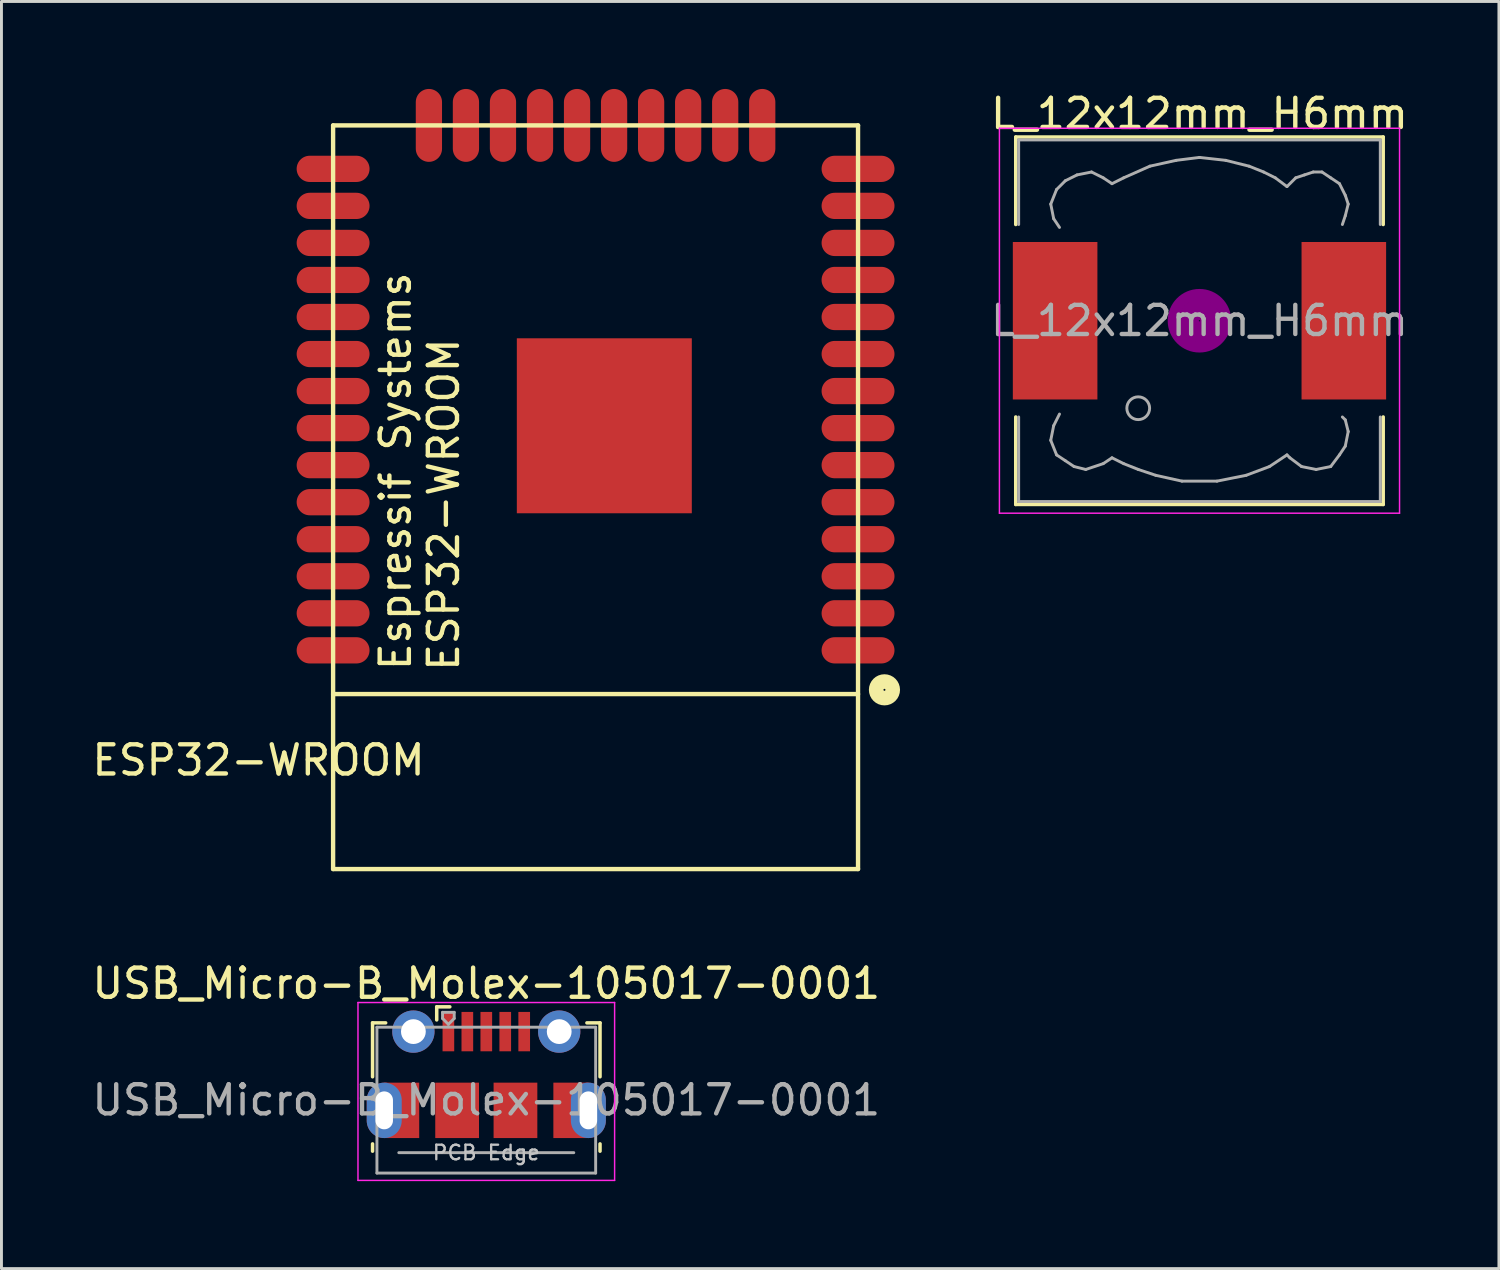
<source format=kicad_pcb>
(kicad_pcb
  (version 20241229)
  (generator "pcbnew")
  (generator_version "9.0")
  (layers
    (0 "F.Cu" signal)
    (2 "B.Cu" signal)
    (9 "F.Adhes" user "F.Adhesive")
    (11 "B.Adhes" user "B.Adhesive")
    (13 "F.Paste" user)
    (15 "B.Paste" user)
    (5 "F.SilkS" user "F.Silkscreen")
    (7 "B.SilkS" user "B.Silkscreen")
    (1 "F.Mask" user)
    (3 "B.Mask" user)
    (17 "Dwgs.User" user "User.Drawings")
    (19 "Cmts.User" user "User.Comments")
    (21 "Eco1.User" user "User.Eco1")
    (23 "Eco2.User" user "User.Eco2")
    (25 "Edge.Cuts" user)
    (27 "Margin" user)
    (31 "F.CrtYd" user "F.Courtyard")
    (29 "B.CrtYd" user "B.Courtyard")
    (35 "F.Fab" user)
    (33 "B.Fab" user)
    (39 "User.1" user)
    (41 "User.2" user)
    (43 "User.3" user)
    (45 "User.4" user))
  (footprint "L_12x12mm_H6mm"
    (layer "F.Cu")
    (at 38.08 7.948)
    (property "Reference" "L_12x12mm_H6mm" (at 0 -7.1 0) (layer "F.SilkS") (effects (font (size 1 1) (thickness 0.15))))
    (attr smd)
    (fp_line (start -6.3 -6.3) (end 6.3 -6.3) (stroke (width 0.12) (type solid)) (layer "F.SilkS"))
    (fp_line (start -6.3 -3.3) (end -6.3 -6.3) (stroke (width 0.12) (type solid)) (layer "F.SilkS"))
    (fp_line (start -6.3 6.3) (end -6.3 3.3) (stroke (width 0.12) (type solid)) (layer "F.SilkS"))
    (fp_line (start 6.3 -6.3) (end 6.3 -3.3) (stroke (width 0.12) (type solid)) (layer "F.SilkS"))
    (fp_line (start 6.3 3.3) (end 6.3 6.3) (stroke (width 0.12) (type solid)) (layer "F.SilkS"))
    (fp_line (start 6.3 6.3) (end -6.3 6.3) (stroke (width 0.12) (type solid)) (layer "F.SilkS"))
    (fp_circle (center 0 0) (end 0.15 0.15) (stroke (width 0.38) (type solid)) (fill no) (layer "F.Adhes"))
    (fp_circle (center 0 0) (end 0.55 0) (stroke (width 0.38) (type solid)) (fill no) (layer "F.Adhes"))
    (fp_circle (center 0 0) (end 0.9 0) (stroke (width 0.38) (type solid)) (fill no) (layer "F.Adhes"))
    (fp_line (start -6.86 -6.6) (end 6.86 -6.6) (stroke (width 0.05) (type solid)) (layer "F.CrtYd"))
    (fp_line (start -6.86 6.6) (end -6.86 -6.6) (stroke (width 0.05) (type solid)) (layer "F.CrtYd"))
    (fp_line (start 6.86 -6.6) (end 6.86 6.6) (stroke (width 0.05) (type solid)) (layer "F.CrtYd"))
    (fp_line (start 6.86 6.6) (end -6.86 6.6) (stroke (width 0.05) (type solid)) (layer "F.CrtYd"))
    (fp_line (start -6.2 -6.2) (end -6.2 -3.3) (stroke (width 0.1) (type solid)) (layer "F.Fab"))
    (fp_line (start -6.2 3.3) (end -6.2 6.2) (stroke (width 0.1) (type solid)) (layer "F.Fab"))
    (fp_line (start -6.2 6.2) (end 6.2 6.2) (stroke (width 0.1) (type solid)) (layer "F.Fab"))
    (fp_line (start -5.1 -4) (end -5 -3.5) (stroke (width 0.1) (type solid)) (layer "F.Fab"))
    (fp_line (start -5.1 4.1) (end -5 3.6) (stroke (width 0.1) (type solid)) (layer "F.Fab"))
    (fp_line (start -5 -3.5) (end -4.8 -3.2) (stroke (width 0.1) (type solid)) (layer "F.Fab"))
    (fp_line (start -5 3.6) (end -4.8 3.2) (stroke (width 0.1) (type solid)) (layer "F.Fab"))
    (fp_line (start -4.9 -4.5) (end -5.1 -4) (stroke (width 0.1) (type solid)) (layer "F.Fab"))
    (fp_line (start -4.9 4.6) (end -5.1 4.1) (stroke (width 0.1) (type solid)) (layer "F.Fab"))
    (fp_line (start -4.6 -4.8) (end -4.9 -4.5) (stroke (width 0.1) (type solid)) (layer "F.Fab"))
    (fp_line (start -4.6 4.8) (end -4.9 4.6) (stroke (width 0.1) (type solid)) (layer "F.Fab"))
    (fp_line (start -4.3 5) (end -4.6 4.8) (stroke (width 0.1) (type solid)) (layer "F.Fab"))
    (fp_line (start -4.2 -5) (end -4.6 -4.8) (stroke (width 0.1) (type solid)) (layer "F.Fab"))
    (fp_line (start -3.9 5.1) (end -4.3 5) (stroke (width 0.1) (type solid)) (layer "F.Fab"))
    (fp_line (start -3.7 -5.1) (end -4.2 -5) (stroke (width 0.1) (type solid)) (layer "F.Fab"))
    (fp_line (start -3.3 -4.9) (end -3.7 -5.1) (stroke (width 0.1) (type solid)) (layer "F.Fab"))
    (fp_line (start -3.3 4.9) (end -3.9 5.1) (stroke (width 0.1) (type solid)) (layer "F.Fab"))
    (fp_line (start -3 -4.7) (end -3.3 -4.9) (stroke (width 0.1) (type solid)) (layer "F.Fab"))
    (fp_line (start -3 4.7) (end -3.3 4.9) (stroke (width 0.1) (type solid)) (layer "F.Fab"))
    (fp_line (start -2.6 -4.9) (end -3 -4.7) (stroke (width 0.1) (type solid)) (layer "F.Fab"))
    (fp_line (start -2.6 4.9) (end -3 4.7) (stroke (width 0.1) (type solid)) (layer "F.Fab"))
    (fp_line (start -2.1 5.1) (end -2.6 4.9) (stroke (width 0.1) (type solid)) (layer "F.Fab"))
    (fp_line (start -1.7 -5.3) (end -2.6 -4.9) (stroke (width 0.1) (type solid)) (layer "F.Fab"))
    (fp_line (start -1.5 5.3) (end -2.1 5.1) (stroke (width 0.1) (type solid)) (layer "F.Fab"))
    (fp_line (start -0.8 -5.5) (end -1.7 -5.3) (stroke (width 0.1) (type solid)) (layer "F.Fab"))
    (fp_line (start -0.6 5.5) (end -1.5 5.3) (stroke (width 0.1) (type solid)) (layer "F.Fab"))
    (fp_line (start 0 -5.6) (end -0.8 -5.5) (stroke (width 0.1) (type solid)) (layer "F.Fab"))
    (fp_line (start 0.6 5.5) (end -0.6 5.5) (stroke (width 0.1) (type solid)) (layer "F.Fab"))
    (fp_line (start 0.9 -5.5) (end 0 -5.6) (stroke (width 0.1) (type solid)) (layer "F.Fab"))
    (fp_line (start 1.6 5.3) (end 0.6 5.5) (stroke (width 0.1) (type solid)) (layer "F.Fab"))
    (fp_line (start 1.7 -5.3) (end 0.9 -5.5) (stroke (width 0.1) (type solid)) (layer "F.Fab"))
    (fp_line (start 2.2 -5.1) (end 1.7 -5.3) (stroke (width 0.1) (type solid)) (layer "F.Fab"))
    (fp_line (start 2.4 5) (end 1.6 5.3) (stroke (width 0.1) (type solid)) (layer "F.Fab"))
    (fp_line (start 2.6 -4.9) (end 2.2 -5.1) (stroke (width 0.1) (type solid)) (layer "F.Fab"))
    (fp_line (start 3 -4.6) (end 2.6 -4.9) (stroke (width 0.1) (type solid)) (layer "F.Fab"))
    (fp_line (start 3 4.6) (end 2.4 5) (stroke (width 0.1) (type solid)) (layer "F.Fab"))
    (fp_line (start 3.1 4.7) (end 3 4.6) (stroke (width 0.1) (type solid)) (layer "F.Fab"))
    (fp_line (start 3.3 -4.9) (end 3 -4.6) (stroke (width 0.1) (type solid)) (layer "F.Fab"))
    (fp_line (start 3.5 5) (end 3.1 4.7) (stroke (width 0.1) (type solid)) (layer "F.Fab"))
    (fp_line (start 3.6 -5) (end 3.3 -4.9) (stroke (width 0.1) (type solid)) (layer "F.Fab"))
    (fp_line (start 3.9 -5.1) (end 3.6 -5) (stroke (width 0.1) (type solid)) (layer "F.Fab"))
    (fp_line (start 4 5.1) (end 3.5 5) (stroke (width 0.1) (type solid)) (layer "F.Fab"))
    (fp_line (start 4.2 -5.1) (end 3.9 -5.1) (stroke (width 0.1) (type solid)) (layer "F.Fab"))
    (fp_line (start 4.5 -4.9) (end 4.2 -5.1) (stroke (width 0.1) (type solid)) (layer "F.Fab"))
    (fp_line (start 4.5 5) (end 4 5.1) (stroke (width 0.1) (type solid)) (layer "F.Fab"))
    (fp_line (start 4.8 -4.7) (end 4.5 -4.9) (stroke (width 0.1) (type solid)) (layer "F.Fab"))
    (fp_line (start 4.8 4.6) (end 4.5 5) (stroke (width 0.1) (type solid)) (layer "F.Fab"))
    (fp_line (start 4.9 -3.3) (end 5 -3.6) (stroke (width 0.1) (type solid)) (layer "F.Fab"))
    (fp_line (start 4.9 3.3) (end 5 3.4) (stroke (width 0.1) (type solid)) (layer "F.Fab"))
    (fp_line (start 5 -4.3) (end 4.8 -4.7) (stroke (width 0.1) (type solid)) (layer "F.Fab"))
    (fp_line (start 5 -3.6) (end 5.1 -4) (stroke (width 0.1) (type solid)) (layer "F.Fab"))
    (fp_line (start 5 3.4) (end 5.1 3.8) (stroke (width 0.1) (type solid)) (layer "F.Fab"))
    (fp_line (start 5 4.3) (end 4.8 4.6) (stroke (width 0.1) (type solid)) (layer "F.Fab"))
    (fp_line (start 5.1 -4) (end 5 -4.3) (stroke (width 0.1) (type solid)) (layer "F.Fab"))
    (fp_line (start 5.1 3.8) (end 5 4.3) (stroke (width 0.1) (type solid)) (layer "F.Fab"))
    (fp_line (start 6.2 -6.2) (end -6.2 -6.2) (stroke (width 0.1) (type solid)) (layer "F.Fab"))
    (fp_line (start 6.2 -6.2) (end 6.2 -3.3) (stroke (width 0.1) (type solid)) (layer "F.Fab"))
    (fp_line (start 6.2 6.2) (end 6.2 3.3) (stroke (width 0.1) (type solid)) (layer "F.Fab"))
    (fp_circle (center -2.1 3) (end -1.8 3.25) (stroke (width 0.1) (type solid)) (fill no) (layer "F.Fab"))
    (fp_text user "${REFERENCE}" (at 0 0 0) (layer "F.Fab") (effects (font (size 1 1) (thickness 0.15))))
    (pad "1" smd rect (at -4.95 0) (size 2.9 5.4) (layers "F.Cu" "F.Mask" "F.Paste"))
    (pad "2" smd rect (at 4.95 0) (size 2.9 5.4) (layers "F.Cu" "F.Mask" "F.Paste")))
  (footprint "USB_Micro-B_Molex-105017-0001"
    (layer "F.Cu")
    (at 13.625 33.786)
    (property "Reference" "USB_Micro-B_Molex-105017-0001" (at 0 -3.112 0) (layer "F.SilkS") (effects (font (size 1 1) (thickness 0.15))))
    (attr smd)
    (fp_line (start -3.9 -1.762) (end -3.45 -1.762) (stroke (width 0.12) (type solid)) (layer "F.SilkS"))
    (fp_line (start -3.9 0.087) (end -3.9 -1.762) (stroke (width 0.12) (type solid)) (layer "F.SilkS"))
    (fp_line (start -3.9 2.638) (end -3.9 2.388) (stroke (width 0.12) (type solid)) (layer "F.SilkS"))
    (fp_line (start -1.7 -2.312) (end -1.7 -1.863) (stroke (width 0.12) (type solid)) (layer "F.SilkS"))
    (fp_line (start -1.7 -2.312) (end -1.25 -2.312) (stroke (width 0.12) (type solid)) (layer "F.SilkS"))
    (fp_line (start 3.9 -1.762) (end 3.45 -1.762) (stroke (width 0.12) (type solid)) (layer "F.SilkS"))
    (fp_line (start 3.9 0.087) (end 3.9 -1.762) (stroke (width 0.12) (type solid)) (layer "F.SilkS"))
    (fp_line (start 3.9 2.638) (end 3.9 2.388) (stroke (width 0.12) (type solid)) (layer "F.SilkS"))
    (fp_line (start -4.4 -2.46) (end 4.4 -2.46) (stroke (width 0.05) (type solid)) (layer "F.CrtYd"))
    (fp_line (start -4.4 3.64) (end -4.4 -2.46) (stroke (width 0.05) (type solid)) (layer "F.CrtYd"))
    (fp_line (start -4.4 3.64) (end 4.4 3.64) (stroke (width 0.05) (type solid)) (layer "F.CrtYd"))
    (fp_line (start 4.4 -2.46) (end 4.4 3.64) (stroke (width 0.05) (type solid)) (layer "F.CrtYd"))
    (fp_line (start -3.75 -1.613) (end 3.75 -1.613) (stroke (width 0.1) (type solid)) (layer "F.Fab"))
    (fp_line (start -3.75 3.388) (end -3.75 -1.613) (stroke (width 0.1) (type solid)) (layer "F.Fab"))
    (fp_line (start -3.75 3.389) (end 3.75 3.389) (stroke (width 0.1) (type solid)) (layer "F.Fab"))
    (fp_line (start -3 2.689) (end 3 2.689) (stroke (width 0.1) (type solid)) (layer "F.Fab"))
    (fp_line (start -1.5 -2.123) (end -1.5 -1.913) (stroke (width 0.1) (type solid)) (layer "F.Fab"))
    (fp_line (start -1.5 -2.123) (end -1.1 -2.123) (stroke (width 0.1) (type solid)) (layer "F.Fab"))
    (fp_line (start -1.3 -1.712) (end -1.5 -1.913) (stroke (width 0.1) (type solid)) (layer "F.Fab"))
    (fp_line (start -1.1 -2.123) (end -1.1 -1.913) (stroke (width 0.1) (type solid)) (layer "F.Fab"))
    (fp_line (start -1.1 -1.913) (end -1.3 -1.712) (stroke (width 0.1) (type solid)) (layer "F.Fab"))
    (fp_line (start 3.75 3.388) (end 3.75 -1.613) (stroke (width 0.1) (type solid)) (layer "F.Fab"))
    (fp_text user "PCB Edge" (at 0 2.688 0) (layer "Dwgs.User") (effects (font (size 0.5 0.5) (thickness 0.08))))
    (fp_text user "${REFERENCE}" (at 0 0.887 0) (layer "F.Fab") (effects (font (size 1 1) (thickness 0.15))))
    (pad "1" smd rect (at -1.3 -1.462) (size 0.4 1.35) (layers "F.Cu" "F.Mask" "F.Paste"))
    (pad "2" smd rect (at -0.65 -1.462) (size 0.4 1.35) (layers "F.Cu" "F.Mask" "F.Paste"))
    (pad "3" smd rect (at 0 -1.462) (size 0.4 1.35) (layers "F.Cu" "F.Mask" "F.Paste"))
    (pad "4" smd rect (at 0.65 -1.462) (size 0.4 1.35) (layers "F.Cu" "F.Mask" "F.Paste"))
    (pad "5" smd rect (at 1.3 -1.462) (size 0.4 1.35) (layers "F.Cu" "F.Mask" "F.Paste"))
    (pad "6" thru_hole oval (at -3.5 1.238 180) (size 1.2 1.9) (drill oval 0.6 1.3) (layers "*.Cu" "*.Mask"))
    (pad "6" smd rect (at -2.9 1.238) (size 1.2 1.9) (layers "F.Cu" "F.Mask"))
    (pad "6" thru_hole circle (at -2.5 -1.462) (size 1.45 1.45) (drill 0.85) (layers "*.Cu" "*.Mask"))
    (pad "6" smd rect (at -1 1.238) (size 1.5 1.9) (layers "F.Cu" "F.Mask" "F.Paste"))
    (pad "6" smd rect (at 1 1.238) (size 1.5 1.9) (layers "F.Cu" "F.Mask" "F.Paste"))
    (pad "6" thru_hole circle (at 2.5 -1.462) (size 1.45 1.45) (drill 0.85) (layers "*.Cu" "*.Mask"))
    (pad "6" smd rect (at 2.9 1.238) (size 1.2 1.9) (layers "F.Cu" "F.Mask"))
    (pad "6" thru_hole oval (at 3.5 1.238) (size 1.2 1.9) (drill oval 0.6 1.3) (layers "*.Cu" "*.Mask")))
  (footprint "ESP32-WROOM"
    (layer "F.Cu")
    (at 17.372 14)
    (property "Reference" "ESP32-WROOM" (at -11.557 9.017 0) (layer "F.SilkS") (effects (font (size 1 1) (thickness 0.15))))
    (attr through_hole)
    (fp_line (start -9 -12.75) (end 9 -12.75) (stroke (width 0.15) (type solid)) (layer "F.SilkS"))
    (fp_line (start -9 6.75) (end 9 6.75) (stroke (width 0.15) (type solid)) (layer "F.SilkS"))
    (fp_line (start -9 12.75) (end -9 -12.75) (stroke (width 0.15) (type solid)) (layer "F.SilkS"))
    (fp_line (start -9 12.75) (end 9 12.75) (stroke (width 0.15) (type solid)) (layer "F.SilkS"))
    (fp_line (start 9 12.75) (end 9 -12.75) (stroke (width 0.15) (type solid)) (layer "F.SilkS"))
    (fp_circle (center 9.906 6.604) (end 10.033 6.858) (stroke (width 0.5) (type solid)) (fill no) (layer "F.SilkS"))
    (fp_text user "Espressif Systems" (at -6.858 -0.889 90) (layer "F.SilkS") (effects (font (size 1 1) (thickness 0.15))))
    (fp_text user "ESP32-WROOM" (at -5.207 0.254 90) (layer "F.SilkS") (effects (font (size 1 1) (thickness 0.15))))
    (pad "1" smd oval (at 9 5.25) (size 2.5 0.9) (layers "F.Cu" "F.Mask" "F.Paste"))
    (pad "2" smd oval (at 9 3.98) (size 2.5 0.9) (layers "F.Cu" "F.Mask" "F.Paste"))
    (pad "3" smd oval (at 9 2.71) (size 2.5 0.9) (layers "F.Cu" "F.Mask" "F.Paste"))
    (pad "4" smd oval (at 9 1.44) (size 2.5 0.9) (layers "F.Cu" "F.Mask" "F.Paste"))
    (pad "5" smd oval (at 9 0.17) (size 2.5 0.9) (layers "F.Cu" "F.Mask" "F.Paste"))
    (pad "6" smd oval (at 9 -1.1) (size 2.5 0.9) (layers "F.Cu" "F.Mask" "F.Paste"))
    (pad "7" smd oval (at 9 -2.37) (size 2.5 0.9) (layers "F.Cu" "F.Mask" "F.Paste"))
    (pad "8" smd oval (at 9 -3.64) (size 2.5 0.9) (layers "F.Cu" "F.Mask" "F.Paste"))
    (pad "9" smd oval (at 9 -4.91) (size 2.5 0.9) (layers "F.Cu" "F.Mask" "F.Paste"))
    (pad "10" smd oval (at 9 -6.18) (size 2.5 0.9) (layers "F.Cu" "F.Mask" "F.Paste"))
    (pad "11" smd oval (at 9 -7.45) (size 2.5 0.9) (layers "F.Cu" "F.Mask" "F.Paste"))
    (pad "12" smd oval (at 9 -8.72) (size 2.5 0.9) (layers "F.Cu" "F.Mask" "F.Paste"))
    (pad "13" smd oval (at 9 -9.99) (size 2.5 0.9) (layers "F.Cu" "F.Mask" "F.Paste"))
    (pad "14" smd oval (at 9 -11.26) (size 2.5 0.9) (layers "F.Cu" "F.Mask" "F.Paste"))
    (pad "15" smd oval (at 5.715 -12.75) (size 0.9 2.5) (layers "F.Cu" "F.Mask" "F.Paste"))
    (pad "16" smd oval (at 4.445 -12.75) (size 0.9 2.5) (layers "F.Cu" "F.Mask" "F.Paste"))
    (pad "17" smd oval (at 3.175 -12.75) (size 0.9 2.5) (layers "F.Cu" "F.Mask" "F.Paste"))
    (pad "18" smd oval (at 1.905 -12.75) (size 0.9 2.5) (layers "F.Cu" "F.Mask" "F.Paste"))
    (pad "19" smd oval (at 0.635 -12.75) (size 0.9 2.5) (layers "F.Cu" "F.Mask" "F.Paste"))
    (pad "20" smd oval (at -0.635 -12.75) (size 0.9 2.5) (layers "F.Cu" "F.Mask" "F.Paste"))
    (pad "21" smd oval (at -1.905 -12.75) (size 0.9 2.5) (layers "F.Cu" "F.Mask" "F.Paste"))
    (pad "22" smd oval (at -3.175 -12.75) (size 0.9 2.5) (layers "F.Cu" "F.Mask" "F.Paste"))
    (pad "23" smd oval (at -4.445 -12.75) (size 0.9 2.5) (layers "F.Cu" "F.Mask" "F.Paste"))
    (pad "24" smd oval (at -5.715 -12.75) (size 0.9 2.5) (layers "F.Cu" "F.Mask" "F.Paste"))
    (pad "25" smd oval (at -9 -11.26) (size 2.5 0.9) (layers "F.Cu" "F.Mask" "F.Paste"))
    (pad "26" smd oval (at -9 -9.99) (size 2.5 0.9) (layers "F.Cu" "F.Mask" "F.Paste"))
    (pad "27" smd oval (at -9 -8.72) (size 2.5 0.9) (layers "F.Cu" "F.Mask" "F.Paste"))
    (pad "28" smd oval (at -9 -7.45) (size 2.5 0.9) (layers "F.Cu" "F.Mask" "F.Paste"))
    (pad "29" smd oval (at -9 -6.18) (size 2.5 0.9) (layers "F.Cu" "F.Mask" "F.Paste"))
    (pad "30" smd oval (at -9 -4.91) (size 2.5 0.9) (layers "F.Cu" "F.Mask" "F.Paste"))
    (pad "31" smd oval (at -9 -3.64) (size 2.5 0.9) (layers "F.Cu" "F.Mask" "F.Paste"))
    (pad "32" smd oval (at -9 -2.37) (size 2.5 0.9) (layers "F.Cu" "F.Mask" "F.Paste"))
    (pad "33" smd oval (at -9 -1.1) (size 2.5 0.9) (layers "F.Cu" "F.Mask" "F.Paste"))
    (pad "34" smd oval (at -9 0.17) (size 2.5 0.9) (layers "F.Cu" "F.Mask" "F.Paste"))
    (pad "35" smd oval (at -9 1.44) (size 2.5 0.9) (layers "F.Cu" "F.Mask" "F.Paste"))
    (pad "36" smd oval (at -9 2.71) (size 2.5 0.9) (layers "F.Cu" "F.Mask" "F.Paste"))
    (pad "37" smd oval (at -9 3.98) (size 2.5 0.9) (layers "F.Cu" "F.Mask" "F.Paste"))
    (pad "38" smd oval (at -9 5.25) (size 2.5 0.9) (layers "F.Cu" "F.Mask" "F.Paste"))
    (pad "39" smd rect (at 0.3 -2.45) (size 6 6) (layers "F.Cu" "F.Mask" "F.Paste")))
  (gr_rect
    (start -3 -3)
    (end 48.348 40.451)
    (stroke (width 0.1) (type default))
    (fill no)
    (layer "Edge.Cuts")))
</source>
